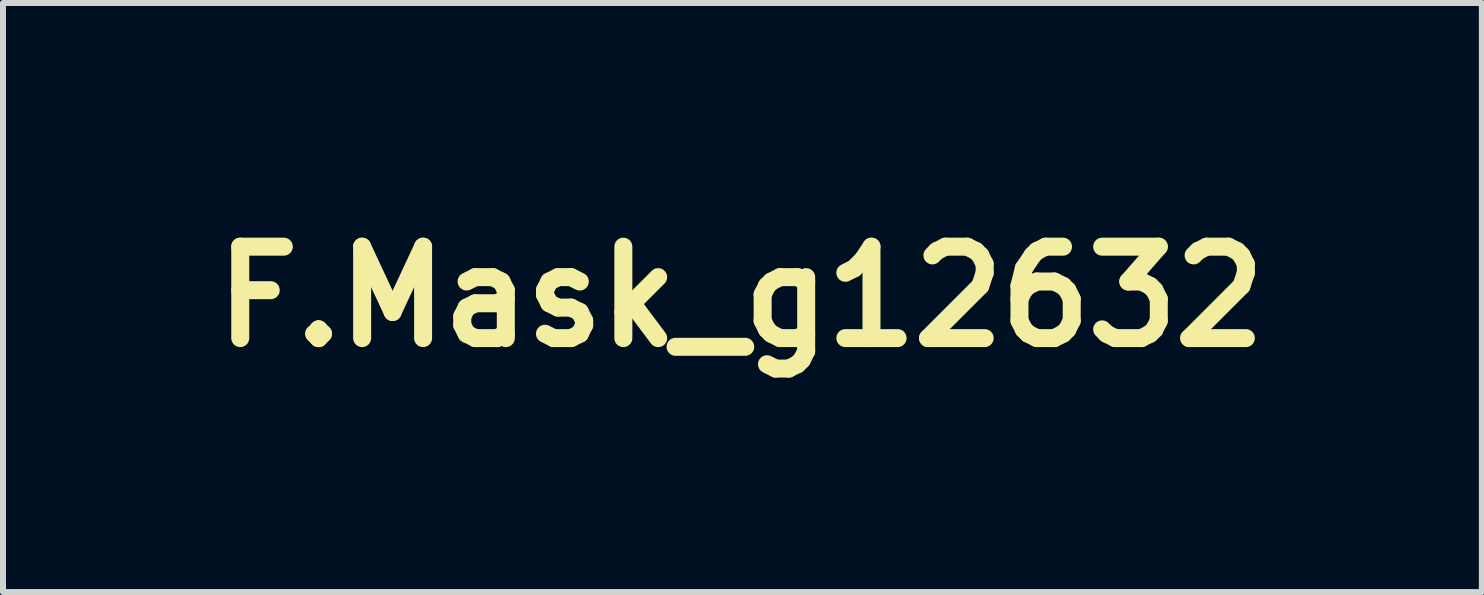
<source format=kicad_pcb>
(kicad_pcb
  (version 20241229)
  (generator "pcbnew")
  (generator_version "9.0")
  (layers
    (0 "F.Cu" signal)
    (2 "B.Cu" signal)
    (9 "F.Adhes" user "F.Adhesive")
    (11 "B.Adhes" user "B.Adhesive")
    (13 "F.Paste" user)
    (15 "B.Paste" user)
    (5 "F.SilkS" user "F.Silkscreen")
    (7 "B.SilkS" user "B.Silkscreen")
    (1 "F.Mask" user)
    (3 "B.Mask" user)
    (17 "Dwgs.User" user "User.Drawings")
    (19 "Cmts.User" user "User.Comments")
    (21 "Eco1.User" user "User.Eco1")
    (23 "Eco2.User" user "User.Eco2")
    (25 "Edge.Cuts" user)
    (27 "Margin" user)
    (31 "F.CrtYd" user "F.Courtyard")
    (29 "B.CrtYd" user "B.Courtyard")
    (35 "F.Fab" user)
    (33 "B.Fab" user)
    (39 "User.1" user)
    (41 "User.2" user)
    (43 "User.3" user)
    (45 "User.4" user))
  (footprint "F.Mask_g12632"
    (layer "F.Cu")
    (at 9.301 1.897)
    (property "Reference" "F.Mask_g12632" (at 0 0 0) (layer "F.SilkS") (effects (font (size 1.524 1.524) (thickness 0.3))))
    (attr through_hole)
    (fp_poly (pts (xy -5.947 -0.495) (xy -5.935 -0.444) (xy -5.921 -0.377) (xy -5.904 -0.298) (xy -5.885 -0.212) (xy -5.866 -0.121) (xy -5.847 -0.029) (xy -5.829 0.06) (xy -5.813 0.142) (xy -5.799 0.213) (xy -5.788 0.271) (xy -5.781 0.312) (xy -5.779 0.331) (xy -5.78 0.34) (xy -5.786 0.347) (xy -5.802 0.351) (xy -5.83 0.354) (xy -5.874 0.355) (xy -5.938 0.356) (xy -5.975 0.356) (xy -6.05 0.355) (xy -6.103 0.355) (xy -6.138 0.353) (xy -6.158 0.35) (xy -6.168 0.344) (xy -6.172 0.336) (xy -6.172 0.327) (xy -6.17 0.304) (xy -6.162 0.26) (xy -6.151 0.198) (xy -6.136 0.122) (xy -6.118 0.034) (xy -6.098 -0.062) (xy -6.077 -0.162) (xy -6.055 -0.263) (xy -6.034 -0.362) (xy -6.024 -0.406) (xy -5.976 -0.616) (xy -5.947 -0.495)) (stroke (width 0.01) (type solid)) (fill yes) (layer "F.Mask"))
    (fp_poly (pts (xy 6.545 -0.579) (xy 6.554 -0.548) (xy 6.566 -0.498) (xy 6.582 -0.434) (xy 6.6 -0.357) (xy 6.619 -0.272) (xy 6.639 -0.181) (xy 6.66 -0.089) (xy 6.679 0.003) (xy 6.697 0.09) (xy 6.713 0.17) (xy 6.727 0.239) (xy 6.737 0.294) (xy 6.743 0.331) (xy 6.744 0.345) (xy 6.732 0.348) (xy 6.699 0.352) (xy 6.649 0.354) (xy 6.586 0.355) (xy 6.54 0.356) (xy 6.472 0.355) (xy 6.413 0.355) (xy 6.369 0.354) (xy 6.342 0.352) (xy 6.337 0.352) (xy 6.34 0.332) (xy 6.347 0.291) (xy 6.359 0.234) (xy 6.373 0.162) (xy 6.39 0.079) (xy 6.409 -0.01) (xy 6.429 -0.104) (xy 6.449 -0.198) (xy 6.469 -0.289) (xy 6.488 -0.374) (xy 6.505 -0.449) (xy 6.52 -0.511) (xy 6.531 -0.557) (xy 6.538 -0.583) (xy 6.54 -0.588) (xy 6.545 -0.579)) (stroke (width 0.01) (type solid)) (fill yes) (layer "F.Mask"))
    (fp_poly (pts (xy 2.521 -0.572) (xy 2.531 -0.534) (xy 2.544 -0.479) (xy 2.56 -0.409) (xy 2.578 -0.329) (xy 2.597 -0.24) (xy 2.616 -0.148) (xy 2.635 -0.054) (xy 2.654 0.038) (xy 2.67 0.123) (xy 2.685 0.2) (xy 2.696 0.264) (xy 2.704 0.313) (xy 2.708 0.342) (xy 2.707 0.349) (xy 2.693 0.351) (xy 2.658 0.353) (xy 2.606 0.355) (xy 2.543 0.355) (xy 2.506 0.356) (xy 2.429 0.355) (xy 2.374 0.354) (xy 2.338 0.351) (xy 2.318 0.346) (xy 2.312 0.34) (xy 2.311 0.339) (xy 2.314 0.314) (xy 2.321 0.271) (xy 2.332 0.211) (xy 2.347 0.138) (xy 2.364 0.056) (xy 2.383 -0.033) (xy 2.403 -0.125) (xy 2.423 -0.217) (xy 2.443 -0.306) (xy 2.462 -0.388) (xy 2.479 -0.46) (xy 2.493 -0.519) (xy 2.505 -0.562) (xy 2.513 -0.585) (xy 2.515 -0.588) (xy 2.521 -0.572)) (stroke (width 0.01) (type solid)) (fill yes) (layer "F.Mask"))
    (fp_poly (pts (xy -4.658 -0.823) (xy -4.554 -0.812) (xy -4.467 -0.788) (xy -4.396 -0.748) (xy -4.338 -0.692) (xy -4.291 -0.616) (xy -4.252 -0.518) (xy -4.23 -0.44) (xy -4.215 -0.369) (xy -4.203 -0.28) (xy -4.193 -0.177) (xy -4.186 -0.069) (xy -4.182 0.041) (xy -4.182 0.144) (xy -4.184 0.203) (xy -4.197 0.368) (xy -4.217 0.509) (xy -4.245 0.629) (xy -4.281 0.728) (xy -4.327 0.807) (xy -4.382 0.868) (xy -4.447 0.913) (xy -4.495 0.934) (xy -4.536 0.944) (xy -4.59 0.952) (xy -4.648 0.958) (xy -4.704 0.961) (xy -4.747 0.96) (xy -4.766 0.957) (xy -4.77 0.955) (xy -4.774 0.949) (xy -4.777 0.938) (xy -4.779 0.921) (xy -4.782 0.895) (xy -4.783 0.858) (xy -4.785 0.81) (xy -4.786 0.747) (xy -4.787 0.669) (xy -4.787 0.574) (xy -4.788 0.46) (xy -4.788 0.324) (xy -4.788 0.167) (xy -4.788 0.061) (xy -4.788 -0.829) (xy -4.658 -0.823)) (stroke (width 0.01) (type solid)) (fill yes) (layer "F.Mask"))
    (fp_poly (pts (xy 9.347 1.918) (xy -9.296 1.918) (xy -9.296 1.296) (xy -6.633 1.296) (xy -6.483 1.293) (xy -6.332 1.289) (xy -6.29 1.003) (xy -6.278 0.92) (xy -6.267 0.846) (xy -6.257 0.782) (xy -6.249 0.735) (xy -6.244 0.707) (xy -6.242 0.701) (xy -6.235 0.696) (xy -6.214 0.692) (xy -6.178 0.689) (xy -6.125 0.688) (xy -6.05 0.688) (xy -5.973 0.689) (xy -5.709 0.692) (xy -5.664 0.994) (xy -5.62 1.295) (xy -5.463 1.295) (xy -5.307 1.295) (xy -5.313 1.26) (xy -5.318 1.238) (xy -5.325 1.195) (xy -5.336 1.135) (xy -5.349 1.062) (xy -5.363 0.979) (xy -5.372 0.927) (xy -5.438 0.562) (xy -5.506 0.214) (xy -5.577 -0.126) (xy -5.653 -0.468) (xy -5.736 -0.816) (xy -5.809 -1.117) (xy -5.106 -1.117) (xy -5.102 0.067) (xy -5.099 1.25) (xy -5.042 1.267) (xy -4.91 1.298) (xy -4.775 1.315) (xy -4.644 1.318) (xy -4.525 1.306) (xy -4.502 1.302) (xy -4.374 1.263) (xy -4.26 1.203) (xy -4.16 1.122) (xy -4.075 1.02) (xy -4.003 0.897) (xy -3.947 0.753) (xy -3.925 0.679) (xy -3.9 0.572) (xy -3.882 0.463) (xy -3.87 0.345) (xy -3.864 0.215) (xy -3.863 0.067) (xy -3.865 -0.013) (xy -3.87 -0.161) (xy -3.88 -0.289) (xy -3.894 -0.402) (xy -3.914 -0.503) (xy -3.94 -0.599) (xy -3.973 -0.692) (xy -4.036 -0.824) (xy -4.114 -0.936) (xy -4.205 -1.028) (xy -4.311 -1.1) (xy -4.428 -1.15) (xy -4.45 -1.156) (xy -3.543 -1.156) (xy -3.543 1.295) (xy -2.603 1.295) (xy -2.603 0.953) (xy -3.239 0.953) (xy -3.239 0.178) (xy -2.705 0.178) (xy -2.705 -0.165) (xy -3.239 -0.165) (xy -3.239 -0.813) (xy -2.642 -0.813) (xy -2.642 -1.156) (xy -1.803 -1.156) (xy -1.803 1.295) (xy -1.486 1.295) (xy -1.486 -1.156) (xy -1.105 -1.156) (xy -1.105 1.295) (xy -0.813 1.295) (xy -0.806 -0.387) (xy -0.713 -0.159) (xy -0.648 0.003) (xy -0.577 0.183) (xy -0.505 0.375) (xy -0.432 0.571) (xy -0.362 0.766) (xy -0.296 0.953) (xy -0.285 0.984) (xy -0.181 1.289) (xy -0.052 1.293) (xy 0.076 1.296) (xy 0.076 -1.156) (xy 0.787 -1.156) (xy 0.787 -0.813) (xy 1.206 -0.813) (xy 1.206 1.295) (xy 1.511 1.295) (xy 1.511 1.286) (xy 1.854 1.286) (xy 1.866 1.29) (xy 1.898 1.293) (xy 1.946 1.295) (xy 2.004 1.295) (xy 2.154 1.295) (xy 2.196 1.007) (xy 2.208 0.924) (xy 2.22 0.849) (xy 2.23 0.785) (xy 2.237 0.737) (xy 2.243 0.709) (xy 2.244 0.703) (xy 2.252 0.697) (xy 2.271 0.692) (xy 2.305 0.689) (xy 2.356 0.687) (xy 2.428 0.686) (xy 2.514 0.686) (xy 2.777 0.686) (xy 2.818 0.962) (xy 2.83 1.044) (xy 2.841 1.12) (xy 2.851 1.184) (xy 2.859 1.232) (xy 2.864 1.262) (xy 2.865 1.267) (xy 2.868 1.279) (xy 2.876 1.287) (xy 2.893 1.292) (xy 2.922 1.294) (xy 2.969 1.295) (xy 3.023 1.295) (xy 3.09 1.295) (xy 3.135 1.293) (xy 3.162 1.289) (xy 3.173 1.283) (xy 3.175 1.278) (xy 3.173 1.259) (xy 3.166 1.219) (xy 3.156 1.159) (xy 3.143 1.083) (xy 3.128 0.995) (xy 3.11 0.896) (xy 3.091 0.791) (xy 3.071 0.682) (xy 3.051 0.571) (xy 3.034 0.483) (xy 2.999 0.303) (xy 2.959 0.105) (xy 2.915 -0.104) (xy 2.868 -0.317) (xy 2.82 -0.528) (xy 2.773 -0.731) (xy 2.751 -0.819) (xy 2.671 -1.149) (xy 2.517 -1.153) (xy 2.397 -1.156) (xy 3.391 -1.156) (xy 3.391 1.295) (xy 3.696 1.295) (xy 3.696 -1.13) (xy 3.962 -1.13) (xy 3.964 -1.106) (xy 3.968 -1.06) (xy 3.974 -0.995) (xy 3.982 -0.914) (xy 3.991 -0.821) (xy 4.001 -0.719) (xy 4.013 -0.612) (xy 4.025 -0.501) (xy 4.036 -0.392) (xy 4.048 -0.286) (xy 4.059 -0.188) (xy 4.07 -0.099) (xy 4.078 -0.032) (xy 4.091 0.07) (xy 4.106 0.182) (xy 4.123 0.301) (xy 4.141 0.426) (xy 4.16 0.551) (xy 4.179 0.676) (xy 4.198 0.797) (xy 4.217 0.911) (xy 4.234 1.015) (xy 4.25 1.106) (xy 4.264 1.181) (xy 4.276 1.238) (xy 4.284 1.274) (xy 4.286 1.28) (xy 4.297 1.287) (xy 4.327 1.292) (xy 4.376 1.295) (xy 4.437 1.295) (xy 4.501 1.295) (xy 4.543 1.293) (xy 4.569 1.29) (xy 4.583 1.283) (xy 4.589 1.274) (xy 4.589 1.273) (xy 4.601 1.228) (xy 4.617 1.162) (xy 4.637 1.076) (xy 4.66 0.974) (xy 4.685 0.86) (xy 4.712 0.736) (xy 4.739 0.605) (xy 4.768 0.47) (xy 4.796 0.335) (xy 4.823 0.202) (xy 4.848 0.074) (xy 4.872 -0.045) (xy 4.892 -0.153) (xy 4.896 -0.171) (xy 4.899 -0.185) (xy 4.903 -0.188) (xy 4.909 -0.178) (xy 4.916 -0.153) (xy 4.926 -0.11) (xy 4.939 -0.047) (xy 4.955 0.037) (xy 4.96 0.064) (xy 4.988 0.204) (xy 5.019 0.355) (xy 5.051 0.511) (xy 5.084 0.666) (xy 5.116 0.815) (xy 5.147 0.953) (xy 5.175 1.073) (xy 5.185 1.118) (xy 5.227 1.289) (xy 5.375 1.293) (xy 5.523 1.296) (xy 5.526 1.279) (xy 5.887 1.279) (xy 5.891 1.287) (xy 5.905 1.292) (xy 5.931 1.294) (xy 5.976 1.295) (xy 6.034 1.295) (xy 6.184 1.295) (xy 6.191 1.254) (xy 6.195 1.228) (xy 6.202 1.182) (xy 6.211 1.121) (xy 6.221 1.05) (xy 6.23 0.991) (xy 6.241 0.915) (xy 6.251 0.846) (xy 6.259 0.788) (xy 6.266 0.746) (xy 6.269 0.727) (xy 6.277 0.686) (xy 6.805 0.686) (xy 6.812 0.721) (xy 6.816 0.745) (xy 6.823 0.788) (xy 6.832 0.846) (xy 6.843 0.913) (xy 6.854 0.986) (xy 6.865 1.06) (xy 6.875 1.13) (xy 6.884 1.192) (xy 6.891 1.241) (xy 6.895 1.273) (xy 6.896 1.283) (xy 6.908 1.288) (xy 6.943 1.292) (xy 6.997 1.295) (xy 7.053 1.295) (xy 7.21 1.295) (xy 7.168 1.049) (xy 7.072 0.517) (xy 6.968 -0.001) (xy 6.853 -0.518) (xy 6.801 -0.74) (xy 6.778 -0.837) (xy 6.757 -0.925) (xy 6.738 -1.003) (xy 6.723 -1.067) (xy 6.712 -1.114) (xy 6.707 -1.141) (xy 6.706 -1.146) (xy 6.694 -1.15) (xy 6.661 -1.153) (xy 6.613 -1.155) (xy 6.554 -1.156) (xy 6.549 -1.156) (xy 7.417 -1.156) (xy 7.417 1.295) (xy 7.709 1.295) (xy 7.712 0.451) (xy 7.715 -0.393) (xy 7.79 -0.212) (xy 7.832 -0.109) (xy 7.88 0.013) (xy 7.933 0.151) (xy 7.989 0.298) (xy 8.047 0.451) (xy 8.104 0.606) (xy 8.159 0.757) (xy 8.21 0.9) (xy 8.236 0.975) (xy 8.348 1.295) (xy 8.598 1.295) (xy 8.598 -1.156) (xy 8.306 -1.156) (xy 8.299 0.375) (xy 8.237 0.203) (xy 8.171 0.025) (xy 8.1 -0.16) (xy 8.027 -0.346) (xy 7.952 -0.528) (xy 7.879 -0.702) (xy 7.809 -0.862) (xy 7.744 -1.003) (xy 7.74 -1.013) (xy 7.673 -1.156) (xy 7.545 -1.156) (xy 7.417 -1.156) (xy 6.549 -1.156) (xy 6.393 -1.156) (xy 6.302 -0.784) (xy 6.204 -0.367) (xy 6.11 0.064) (xy 6.023 0.499) (xy 5.944 0.929) (xy 5.888 1.267) (xy 5.887 1.279) (xy 5.526 1.279) (xy 5.536 1.229) (xy 5.576 1.013) (xy 5.617 0.775) (xy 5.656 0.519) (xy 5.695 0.25) (xy 5.732 -0.029) (xy 5.766 -0.315) (xy 5.798 -0.602) (xy 5.822 -0.851) (xy 5.829 -0.925) (xy 5.836 -0.994) (xy 5.842 -1.052) (xy 5.847 -1.093) (xy 5.849 -1.108) (xy 5.855 -1.156) (xy 5.703 -1.156) (xy 5.552 -1.156) (xy 5.545 -1.089) (xy 5.542 -1.058) (xy 5.538 -1.007) (xy 5.532 -0.938) (xy 5.525 -0.856) (xy 5.518 -0.766) (xy 5.511 -0.679) (xy 5.5 -0.543) (xy 5.485 -0.386) (xy 5.468 -0.215) (xy 5.449 -0.035) (xy 5.429 0.149) (xy 5.408 0.332) (xy 5.387 0.509) (xy 5.383 0.537) (xy 5.376 0.589) (xy 5.369 0.63) (xy 5.362 0.655) (xy 5.359 0.66) (xy 5.353 0.648) (xy 5.343 0.614) (xy 5.33 0.558) (xy 5.314 0.485) (xy 5.294 0.397) (xy 5.273 0.295) (xy 5.251 0.182) (xy 5.227 0.061) (xy 5.202 -0.067) (xy 5.177 -0.199) (xy 5.153 -0.332) (xy 5.129 -0.464) (xy 5.111 -0.565) (xy 5.098 -0.644) (xy 5.085 -0.716) (xy 5.074 -0.776) (xy 5.066 -0.821) (xy 5.061 -0.846) (xy 5.061 -0.848) (xy 5.057 -0.86) (xy 5.048 -0.868) (xy 5.031 -0.873) (xy 5 -0.875) (xy 4.952 -0.876) (xy 4.909 -0.876) (xy 4.765 -0.876) (xy 4.757 -0.841) (xy 4.753 -0.819) (xy 4.746 -0.776) (xy 4.735 -0.716) (xy 4.722 -0.643) (xy 4.708 -0.56) (xy 4.698 -0.508) (xy 4.683 -0.423) (xy 4.665 -0.325) (xy 4.645 -0.215) (xy 4.623 -0.099) (xy 4.599 0.02) (xy 4.576 0.139) (xy 4.553 0.253) (xy 4.532 0.359) (xy 4.513 0.453) (xy 4.496 0.531) (xy 4.483 0.59) (xy 4.479 0.61) (xy 4.469 0.647) (xy 4.462 0.663) (xy 4.457 0.658) (xy 4.453 0.648) (xy 4.447 0.613) (xy 4.438 0.557) (xy 4.428 0.48) (xy 4.416 0.388) (xy 4.404 0.281) (xy 4.39 0.164) (xy 4.377 0.038) (xy 4.363 -0.092) (xy 4.35 -0.224) (xy 4.337 -0.356) (xy 4.325 -0.484) (xy 4.314 -0.605) (xy 4.304 -0.717) (xy 4.297 -0.817) (xy 4.292 -0.876) (xy 4.287 -0.968) (xy 4.283 -1.037) (xy 4.278 -1.087) (xy 4.27 -1.121) (xy 4.257 -1.142) (xy 4.238 -1.153) (xy 4.21 -1.157) (xy 4.172 -1.157) (xy 4.121 -1.156) (xy 4.115 -1.156) (xy 4.05 -1.155) (xy 4.007 -1.154) (xy 3.981 -1.151) (xy 3.968 -1.146) (xy 3.963 -1.138) (xy 3.962 -1.13) (xy 3.696 -1.13) (xy 3.696 -1.156) (xy 3.391 -1.156) (xy 2.397 -1.156) (xy 2.363 -1.156) (xy 2.351 -1.108) (xy 2.289 -0.867) (xy 2.227 -0.606) (xy 2.163 -0.329) (xy 2.101 -0.042) (xy 2.041 0.251) (xy 2 0.457) (xy 1.988 0.521) (xy 1.974 0.597) (xy 1.958 0.683) (xy 1.942 0.775) (xy 1.925 0.868) (xy 1.909 0.96) (xy 1.893 1.048) (xy 1.88 1.126) (xy 1.869 1.193) (xy 1.86 1.245) (xy 1.855 1.277) (xy 1.854 1.286) (xy 1.511 1.286) (xy 1.511 -0.813) (xy 1.93 -0.813) (xy 1.93 -1.156) (xy 0.787 -1.156) (xy 0.076 -1.156) (xy -0.216 -1.156) (xy -0.222 0.375) (xy -0.31 0.14) (xy -0.414 -0.134) (xy -0.519 -0.399) (xy -0.623 -0.651) (xy -0.725 -0.884) (xy -0.792 -1.032) (xy -0.85 -1.156) (xy -1.105 -1.156) (xy -1.486 -1.156) (xy -1.803 -1.156) (xy -2.642 -1.156) (xy -3.543 -1.156) (xy -4.45 -1.156) (xy -4.493 -1.167) (xy -4.586 -1.179) (xy -4.696 -1.181) (xy -4.814 -1.174) (xy -4.935 -1.157) (xy -5.051 -1.131) (xy -5.053 -1.131) (xy -5.106 -1.117) (xy -5.809 -1.117) (xy -5.819 -1.156) (xy -6.126 -1.149) (xy -6.174 -0.959) (xy -6.213 -0.8) (xy -6.254 -0.628) (xy -6.296 -0.447) (xy -6.338 -0.258) (xy -6.379 -0.066) (xy -6.42 0.127) (xy -6.459 0.317) (xy -6.496 0.501) (xy -6.53 0.677) (xy -6.56 0.84) (xy -6.586 0.989) (xy -6.608 1.119) (xy -6.624 1.227) (xy -6.624 1.229) (xy -6.633 1.296) (xy -9.296 1.296) (xy -9.296 1.137) (xy -8.445 1.137) (xy -8.445 1.295) (xy -8.158 1.295) (xy -8.142 0.556) (xy -8.138 0.417) (xy -8.135 0.282) (xy -8.132 0.154) (xy -8.129 0.037) (xy -8.126 -0.069) (xy -8.123 -0.159) (xy -8.12 -0.231) (xy -8.118 -0.282) (xy -8.117 -0.305) (xy -8.109 -0.425) (xy -8.049 -0.21) (xy -8.025 -0.123) (xy -7.998 -0.021) (xy -7.969 0.091) (xy -7.938 0.211) (xy -7.907 0.332) (xy -7.876 0.452) (xy -7.848 0.565) (xy -7.823 0.668) (xy -7.802 0.756) (xy -7.786 0.824) (xy -7.784 0.835) (xy -7.756 0.965) (xy -7.497 0.965) (xy -7.475 0.86) (xy -7.463 0.805) (xy -7.446 0.733) (xy -7.426 0.648) (xy -7.402 0.552) (xy -7.377 0.448) (xy -7.349 0.339) (xy -7.321 0.227) (xy -7.292 0.115) (xy -7.264 0.007) (xy -7.237 -0.095) (xy -7.212 -0.189) (xy -7.19 -0.271) (xy -7.171 -0.339) (xy -7.157 -0.39) (xy -7.147 -0.422) (xy -7.143 -0.43) (xy -7.14 -0.422) (xy -7.138 -0.394) (xy -7.137 -0.352) (xy -7.137 -0.348) (xy -7.137 -0.315) (xy -7.136 -0.261) (xy -7.135 -0.188) (xy -7.133 -0.099) (xy -7.13 0.000236) (xy -7.128 0.108) (xy -7.125 0.22) (xy -7.125 0.222) (xy -7.121 0.347) (xy -7.118 0.477) (xy -7.114 0.608) (xy -7.111 0.733) (xy -7.108 0.848) (xy -7.106 0.947) (xy -7.104 1) (xy -7.096 1.295) (xy -6.803 1.295) (xy -6.812 0.899) (xy -6.815 0.763) (xy -6.819 0.612) (xy -6.825 0.449) (xy -6.83 0.279) (xy -6.837 0.107) (xy -6.843 -0.063) (xy -6.85 -0.227) (xy -6.857 -0.38) (xy -6.863 -0.517) (xy -6.87 -0.633) (xy -6.87 -0.648) (xy -6.875 -0.733) (xy -6.881 -0.824) (xy -6.886 -0.912) (xy -6.89 -0.986) (xy -6.891 -1.006) (xy -6.9 -1.156) (xy -7.197 -1.156) (xy -7.249 -0.987) (xy -7.294 -0.842) (xy -7.342 -0.677) (xy -7.393 -0.497) (xy -7.446 -0.308) (xy -7.498 -0.113) (xy -7.526 -0.006) (xy -7.549 0.08) (xy -7.57 0.16) (xy -7.588 0.228) (xy -7.602 0.281) (xy -7.612 0.317) (xy -7.616 0.33) (xy -7.622 0.326) (xy -7.632 0.302) (xy -7.645 0.261) (xy -7.66 0.21) (xy -7.698 0.07) (xy -7.741 -0.085) (xy -7.787 -0.248) (xy -7.834 -0.413) (xy -7.88 -0.574) (xy -7.924 -0.723) (xy -7.963 -0.854) (xy -7.965 -0.86) (xy -8.056 -1.156) (xy -8.352 -1.156) (xy -8.367 -0.93) (xy -8.374 -0.814) (xy -8.382 -0.679) (xy -8.389 -0.529) (xy -8.397 -0.368) (xy -8.404 -0.199) (xy -8.412 -0.025) (xy -8.419 0.15) (xy -8.425 0.323) (xy -8.431 0.491) (xy -8.436 0.651) (xy -8.44 0.799) (xy -8.443 0.931) (xy -8.445 1.045) (xy -8.445 1.137) (xy -9.296 1.137) (xy -9.296 -1.892) (xy 9.347 -1.892) (xy 9.347 1.918)) (stroke (width 0.01) (type solid)) (fill yes) (layer "F.Mask")))
  (gr_rect
    (start -3 -3)
    (end 21.654 6.82)
    (stroke (width 0.1) (type default))
    (fill no)
    (layer "Edge.Cuts")))
</source>
